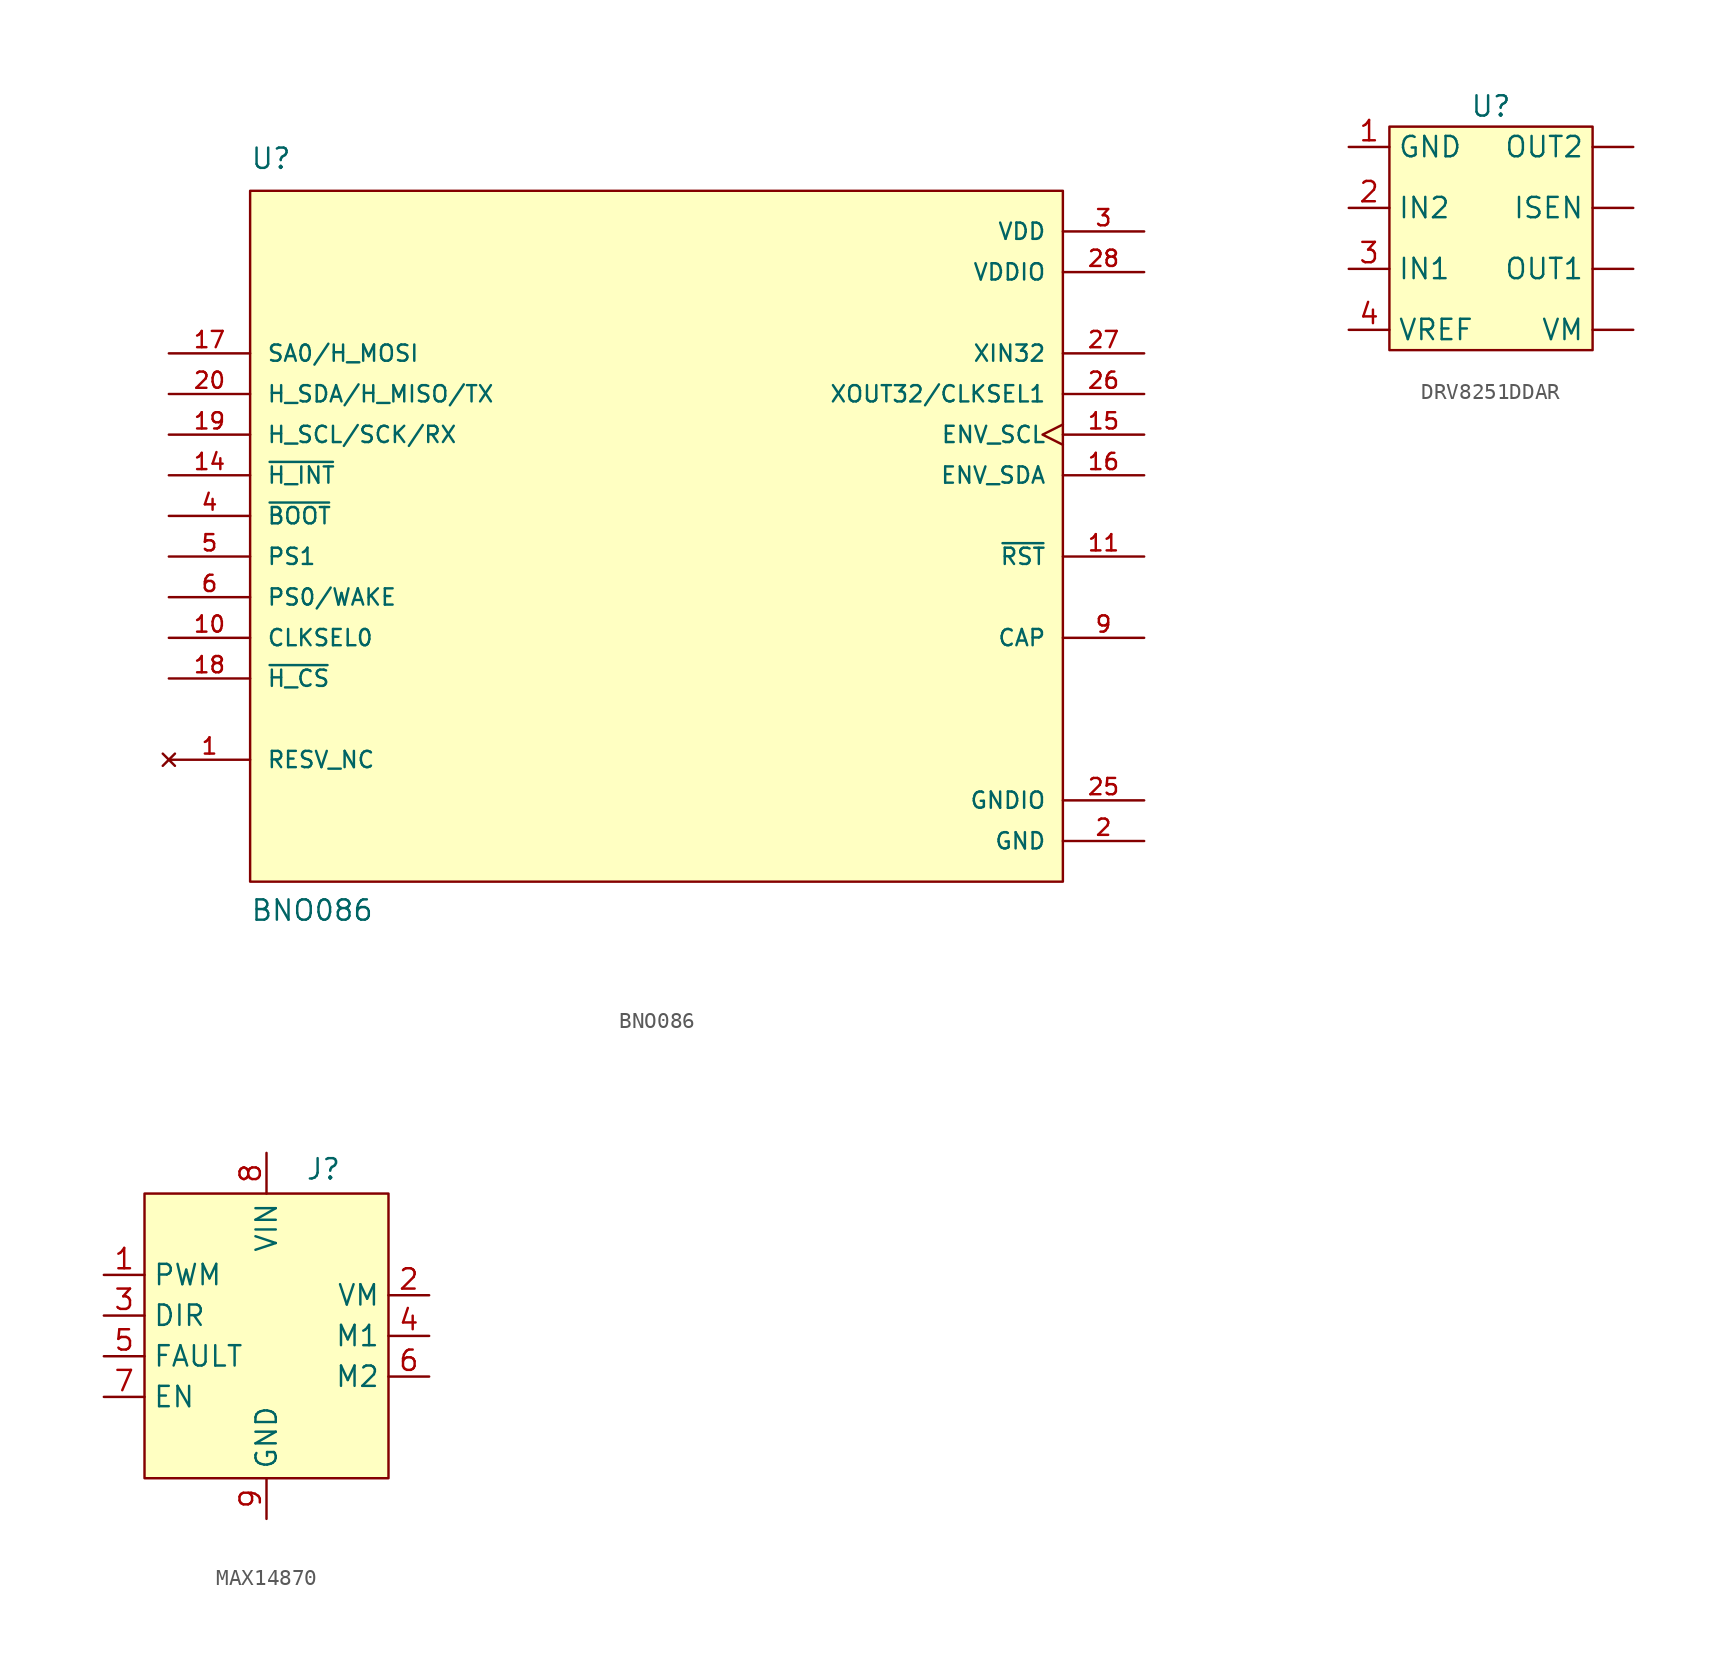
<source format=kicad_sym>
(kicad_symbol_lib
  (version 20241209)
  (generator "kicad_symbol_editor")
  (generator_version "9.0")
  (symbol "BNO086"
    (pin_names
      (offset 1.016))
    (property "Reference" "U"
      (at -25.4 21.59 0)
      (effects (font (size 1.27 1.27)) (justify left bottom)))
    (property "Value" "BNO086"
      (at -25.4 -25.4 0)
      (effects (font (size 1.27 1.27)) (justify left bottom)))
    (symbol "BNO086_0_0"
      (rectangle (start -25.4 -22.86) (end 25.4 20.32) (stroke (width 0.152) (type default)) (fill (type background)))
      (pin input line (at -30.48 10.16 0) (length 5.08) (name "SA0/H_MOSI" (effects (font (size 1.016 1.016)))) (number "17" (effects (font (size 1.016 1.016)))))
      (pin bidirectional line (at -30.48 7.62 0) (length 5.08) (name "H_SDA/H_MISO/TX" (effects (font (size 1.016 1.016)))) (number "20" (effects (font (size 1.016 1.016)))))
      (pin bidirectional line (at -30.48 5.08 0) (length 5.08) (name "H_SCL/SCK/RX" (effects (font (size 1.016 1.016)))) (number "19" (effects (font (size 1.016 1.016)))))
      (pin output line (at -30.48 2.54 0) (length 5.08) (name "~{H_INT}" (effects (font (size 1.016 1.016)))) (number "14" (effects (font (size 1.016 1.016)))))
      (pin input line (at -30.48 0 0) (length 5.08) (name "~{BOOT}" (effects (font (size 1.016 1.016)))) (number "4" (effects (font (size 1.016 1.016)))))
      (pin input line (at -30.48 -2.54 0) (length 5.08) (name "PS1" (effects (font (size 1.016 1.016)))) (number "5" (effects (font (size 1.016 1.016)))))
      (pin input line (at -30.48 -5.08 0) (length 5.08) (name "PS0/WAKE" (effects (font (size 1.016 1.016)))) (number "6" (effects (font (size 1.016 1.016)))))
      (pin input line (at -30.48 -7.62 0) (length 5.08) (name "CLKSEL0" (effects (font (size 1.016 1.016)))) (number "10" (effects (font (size 1.016 1.016)))))
      (pin input line (at -30.48 -10.16 0) (length 5.08) (name "~{H_CS}" (effects (font (size 1.016 1.016)))) (number "18" (effects (font (size 1.016 1.016)))))
      (pin no_connect line (at -30.48 -15.24 0) (length 5.08) (name "RESV_NC" (effects (font (size 1.016 1.016)))) (number "1" (effects (font (size 1.016 1.016)))))
      (pin no_connect line (at -30.48 -15.24 0) (length 5.08) (hide yes) (name "RESV_NC" (effects (font (size 1.016 1.016)))) (number "12" (effects (font (size 1.016 1.016)))))
      (pin no_connect line (at -30.48 -15.24 0) (length 5.08) (hide yes) (name "RESV_NC" (effects (font (size 1.016 1.016)))) (number "13" (effects (font (size 1.016 1.016)))))
      (pin no_connect line (at -30.48 -15.24 0) (length 5.08) (hide yes) (name "RESV_NC" (effects (font (size 1.016 1.016)))) (number "21" (effects (font (size 1.016 1.016)))))
      (pin no_connect line (at -30.48 -15.24 0) (length 5.08) (hide yes) (name "RESV_NC" (effects (font (size 1.016 1.016)))) (number "22" (effects (font (size 1.016 1.016)))))
      (pin no_connect line (at -30.48 -15.24 0) (length 5.08) (hide yes) (name "RESV_NC" (effects (font (size 1.016 1.016)))) (number "23" (effects (font (size 1.016 1.016)))))
      (pin no_connect line (at -30.48 -15.24 0) (length 5.08) (hide yes) (name "RESV_NC" (effects (font (size 1.016 1.016)))) (number "24" (effects (font (size 1.016 1.016)))))
      (pin no_connect line (at -30.48 -15.24 0) (length 5.08) (hide yes) (name "RESV_NC" (effects (font (size 1.016 1.016)))) (number "7" (effects (font (size 1.016 1.016)))))
      (pin no_connect line (at -30.48 -15.24 0) (length 5.08) (hide yes) (name "RESV_NC" (effects (font (size 1.016 1.016)))) (number "8" (effects (font (size 1.016 1.016)))))
      (pin power_in line (at 30.48 17.78 180) (length 5.08) (name "VDD" (effects (font (size 1.016 1.016)))) (number "3" (effects (font (size 1.016 1.016)))))
      (pin power_in line (at 30.48 15.24 180) (length 5.08) (name "VDDIO" (effects (font (size 1.016 1.016)))) (number "28" (effects (font (size 1.016 1.016)))))
      (pin input line (at 30.48 10.16 180) (length 5.08) (name "XIN32" (effects (font (size 1.016 1.016)))) (number "27" (effects (font (size 1.016 1.016)))))
      (pin output line (at 30.48 7.62 180) (length 5.08) (name "XOUT32/CLKSEL1" (effects (font (size 1.016 1.016)))) (number "26" (effects (font (size 1.016 1.016)))))
      (pin bidirectional clock (at 30.48 5.08 180) (length 5.08) (name "ENV_SCL" (effects (font (size 1.016 1.016)))) (number "15" (effects (font (size 1.016 1.016)))))
      (pin bidirectional line (at 30.48 2.54 180) (length 5.08) (name "ENV_SDA" (effects (font (size 1.016 1.016)))) (number "16" (effects (font (size 1.016 1.016)))))
      (pin input line (at 30.48 -2.54 180) (length 5.08) (name "~{RST}" (effects (font (size 1.016 1.016)))) (number "11" (effects (font (size 1.016 1.016)))))
      (pin passive line (at 30.48 -7.62 180) (length 5.08) (name "CAP" (effects (font (size 1.016 1.016)))) (number "9" (effects (font (size 1.016 1.016)))))
      (pin power_in line (at 30.48 -17.78 180) (length 5.08) (name "GNDIO" (effects (font (size 1.016 1.016)))) (number "25" (effects (font (size 1.016 1.016)))))
      (pin power_in line (at 30.48 -20.32 180) (length 5.08) (name "GND" (effects (font (size 1.016 1.016)))) (number "2" (effects (font (size 1.016 1.016)))))))
  (symbol "DRV8251DDAR"
    (property "Reference" "U"
      (at 0 0 0)
      (effects (font (size 1.27 1.27))))
    (property "Value" ""
      (at 0 0 0)
      (effects (font (size 1.27 1.27))))
    (symbol "DRV8251DDAR_1_1"
      (rectangle (start -6.35 -1.27) (end 6.35 -15.24) (stroke (width 0) (type solid)) (fill (type background)))
      (pin passive line (at -8.89 -2.54 0) (length 2.54) (name "GND" (effects (font (size 1.27 1.27)))) (number "1" (effects (font (size 1.27 1.27)))))
      (pin passive line (at -8.89 -6.35 0) (length 2.54) (name "IN2" (effects (font (size 1.27 1.27)))) (number "2" (effects (font (size 1.27 1.27)))))
      (pin passive line (at -8.89 -10.16 0) (length 2.54) (name "IN1" (effects (font (size 1.27 1.27)))) (number "3" (effects (font (size 1.27 1.27)))))
      (pin passive line (at -8.89 -13.97 0) (length 2.54) (name "VREF" (effects (font (size 1.27 1.27)))) (number "4" (effects (font (size 1.27 1.27)))))
      (pin passive line (at 8.89 -2.54 180) (length 2.54) (name "OUT2" (effects (font (size 1.27 1.27)))) (number "" (effects (font (size 1.27 1.27)))))
      (pin passive line (at 8.89 -6.35 180) (length 2.54) (name "ISEN" (effects (font (size 1.27 1.27)))) (number "" (effects (font (size 1.27 1.27)))))
      (pin passive line (at 8.89 -10.16 180) (length 2.54) (name "OUT1" (effects (font (size 1.27 1.27)))) (number "" (effects (font (size 1.27 1.27)))))
      (pin passive line (at 8.89 -13.97 180) (length 2.54) (name "VM" (effects (font (size 1.27 1.27)))) (number "" (effects (font (size 1.27 1.27)))))))
  (symbol "MAX14870"
    (property "Reference" "J"
      (at 3.556 10.414 0)
      (effects (font (size 1.27 1.27))))
    (property "Value" ""
      (at 0 0 0)
      (effects (font (size 1.27 1.27))))
    (symbol "MAX14870_1_1"
      (rectangle (start -7.62 8.89) (end 7.62 -8.89) (stroke (width 0) (type solid)) (fill (type background)))
      (pin input line (at -10.16 3.81 0) (length 2.54) (name "PWM" (effects (font (size 1.27 1.27)))) (number "1" (effects (font (size 1.27 1.27)))))
      (pin input line (at -10.16 1.27 0) (length 2.54) (name "DIR" (effects (font (size 1.27 1.27)))) (number "3" (effects (font (size 1.27 1.27)))))
      (pin output line (at -10.16 -1.27 0) (length 2.54) (name "FAULT" (effects (font (size 1.27 1.27)))) (number "5" (effects (font (size 1.27 1.27)))))
      (pin input line (at -10.16 -3.81 0) (length 2.54) (name "EN" (effects (font (size 1.27 1.27)))) (number "7" (effects (font (size 1.27 1.27)))))
      (pin power_in line (at 0 11.43 270) (length 2.54) (name "VIN" (effects (font (size 1.27 1.27)))) (number "8" (effects (font (size 1.27 1.27)))))
      (pin power_in line (at 0 -11.43 90) (length 2.54) (hide yes) (name "GND" (effects (font (size 1.27 1.27)))) (number "10" (effects (font (size 1.27 1.27)))))
      (pin power_in line (at 0 -11.43 90) (length 2.54) (name "GND" (effects (font (size 1.27 1.27)))) (number "9" (effects (font (size 1.27 1.27)))))
      (pin output line (at 10.16 2.54 180) (length 2.54) (name "VM" (effects (font (size 1.27 1.27)))) (number "2" (effects (font (size 1.27 1.27)))))
      (pin output line (at 10.16 0 180) (length 2.54) (name "M1" (effects (font (size 1.27 1.27)))) (number "4" (effects (font (size 1.27 1.27)))))
      (pin output line (at 10.16 -2.54 180) (length 2.54) (name "M2" (effects (font (size 1.27 1.27)))) (number "6" (effects (font (size 1.27 1.27))))))))
</source>
